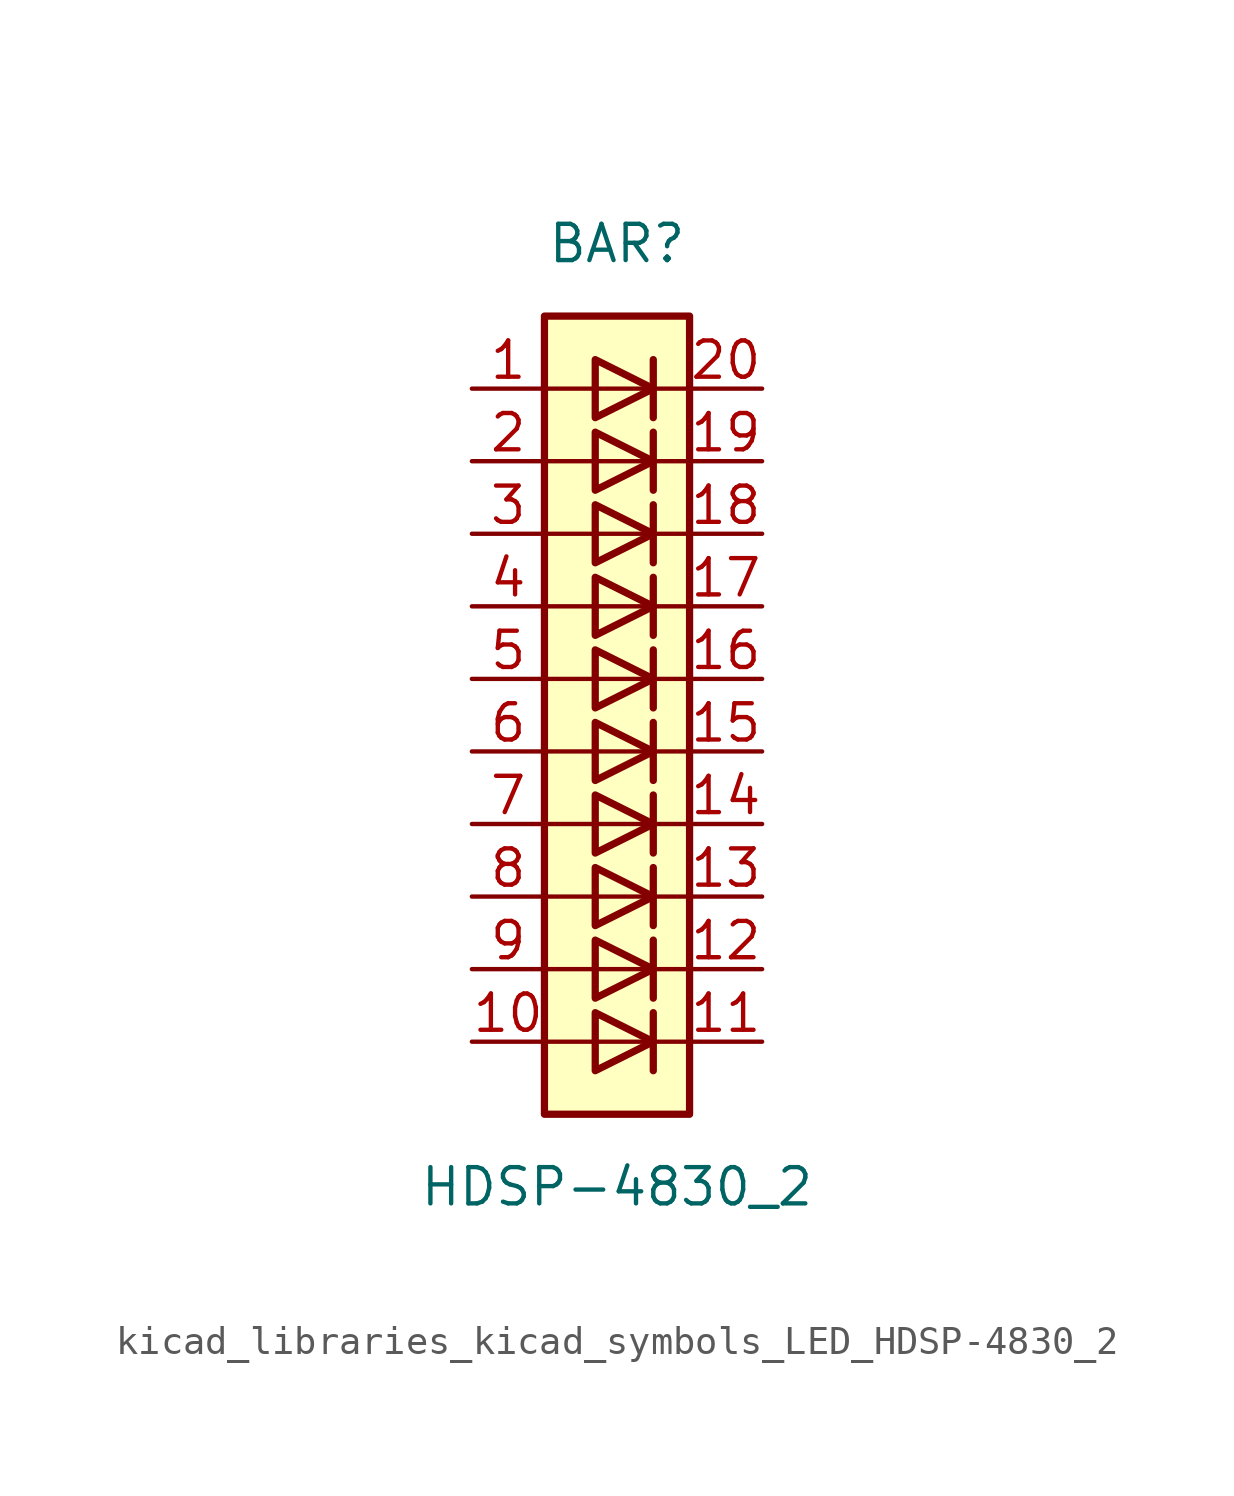
<source format=kicad_sym>
(kicad_symbol_lib
  (version 20220914)
  (generator kicad_symbol_editor)
  (symbol "kicad_libraries_kicad_symbols_LED_HDSP-4830_2"
    (pin_names
      (offset 1.016) hide)
    (property "Reference" "BAR"
      (at 0 15.24 0)
      (effects (font (size 1.27 1.27))))
    (property "Value" "HDSP-4830_2"
      (at 0 -17.78 0)
      (effects (font (size 1.27 1.27))))
    (symbol "kicad_libraries_kicad_symbols_LED_HDSP-4830_2_0_1"
      (rectangle (start -2.54 12.7) (end 2.54 -15.24) (stroke (width 0.254) (type default)) (fill (type background)))
      (polyline (pts (xy -2.54 -12.7) (xy 2.54 -12.7)) (stroke (width 0) (type default)) (fill (type none)))
      (polyline (pts (xy -2.54 -10.16) (xy 2.54 -10.16)) (stroke (width 0) (type default)) (fill (type none)))
      (polyline (pts (xy -2.54 -7.62) (xy 2.54 -7.62)) (stroke (width 0) (type default)) (fill (type none)))
      (polyline (pts (xy -2.54 -5.08) (xy 2.54 -5.08)) (stroke (width 0) (type default)) (fill (type none)))
      (polyline (pts (xy -2.54 0) (xy 2.54 0)) (stroke (width 0) (type default)) (fill (type none)))
      (polyline (pts (xy -2.54 5.08) (xy 2.54 5.08)) (stroke (width 0) (type default)) (fill (type none)))
      (polyline (pts (xy -2.54 7.62) (xy 2.54 7.62)) (stroke (width 0) (type default)) (fill (type none)))
      (polyline (pts (xy -2.54 10.16) (xy 2.54 10.16)) (stroke (width 0) (type default)) (fill (type none)))
      (polyline (pts (xy 1.27 -11.684) (xy 1.27 -13.716)) (stroke (width 0.254) (type default)) (fill (type none)))
      (polyline (pts (xy 1.27 -9.144) (xy 1.27 -11.176)) (stroke (width 0.254) (type default)) (fill (type none)))
      (polyline (pts (xy 1.27 -6.604) (xy 1.27 -8.636)) (stroke (width 0.254) (type default)) (fill (type none)))
      (polyline (pts (xy 1.27 -4.064) (xy 1.27 -6.096)) (stroke (width 0.254) (type default)) (fill (type none)))
      (polyline (pts (xy 1.27 -1.524) (xy 1.27 -3.556)) (stroke (width 0.254) (type default)) (fill (type none)))
      (polyline (pts (xy 1.27 1.016) (xy 1.27 -1.016)) (stroke (width 0.254) (type default)) (fill (type none)))
      (polyline (pts (xy 1.27 3.556) (xy 1.27 1.524)) (stroke (width 0.254) (type default)) (fill (type none)))
      (polyline (pts (xy 1.27 6.096) (xy 1.27 4.064)) (stroke (width 0.254) (type default)) (fill (type none)))
      (polyline (pts (xy 1.27 8.636) (xy 1.27 6.604)) (stroke (width 0.254) (type default)) (fill (type none)))
      (polyline (pts (xy 1.27 11.176) (xy 1.27 9.144)) (stroke (width 0.254) (type default)) (fill (type none)))
      (polyline (pts (xy 2.54 -2.54) (xy -2.54 -2.54)) (stroke (width 0) (type default)) (fill (type none)))
      (polyline (pts (xy 2.54 2.54) (xy -2.54 2.54)) (stroke (width 0) (type default)) (fill (type none)))
      (polyline (pts (xy -0.762 -11.684) (xy -0.762 -13.716) (xy 1.27 -12.7) (xy -0.762 -11.684)) (stroke (width 0.254) (type default)) (fill (type none)))
      (polyline (pts (xy -0.762 -9.144) (xy -0.762 -11.176) (xy 1.27 -10.16) (xy -0.762 -9.144)) (stroke (width 0.254) (type default)) (fill (type none)))
      (polyline (pts (xy -0.762 -6.604) (xy -0.762 -8.636) (xy 1.27 -7.62) (xy -0.762 -6.604)) (stroke (width 0.254) (type default)) (fill (type none)))
      (polyline (pts (xy -0.762 -4.064) (xy -0.762 -6.096) (xy 1.27 -5.08) (xy -0.762 -4.064)) (stroke (width 0.254) (type default)) (fill (type none)))
      (polyline (pts (xy -0.762 -1.524) (xy -0.762 -3.556) (xy 1.27 -2.54) (xy -0.762 -1.524)) (stroke (width 0.254) (type default)) (fill (type none)))
      (polyline (pts (xy -0.762 1.016) (xy -0.762 -1.016) (xy 1.27 0) (xy -0.762 1.016)) (stroke (width 0.254) (type default)) (fill (type none)))
      (polyline (pts (xy -0.762 3.556) (xy -0.762 1.524) (xy 1.27 2.54) (xy -0.762 3.556)) (stroke (width 0.254) (type default)) (fill (type none)))
      (polyline (pts (xy -0.762 6.096) (xy -0.762 4.064) (xy 1.27 5.08) (xy -0.762 6.096)) (stroke (width 0.254) (type default)) (fill (type none)))
      (polyline (pts (xy -0.762 8.636) (xy -0.762 6.604) (xy 1.27 7.62) (xy -0.762 8.636)) (stroke (width 0.254) (type default)) (fill (type none)))
      (polyline (pts (xy -0.762 11.176) (xy -0.762 9.144) (xy 1.27 10.16) (xy -0.762 11.176)) (stroke (width 0.254) (type default)) (fill (type none))))
    (symbol "kicad_libraries_kicad_symbols_LED_HDSP-4830_2_1_1"
      (pin passive line (at -5.08 10.16 0) (length 2.54) (name "A" (effects (font (size 1.27 1.27)))) (number "1" (effects (font (size 1.27 1.27)))))
      (pin passive line (at -5.08 -12.7 0) (length 2.54) (name "A" (effects (font (size 1.27 1.27)))) (number "10" (effects (font (size 1.27 1.27)))))
      (pin passive line (at 5.08 -12.7 180) (length 2.54) (name "K" (effects (font (size 1.27 1.27)))) (number "11" (effects (font (size 1.27 1.27)))))
      (pin passive line (at 5.08 -10.16 180) (length 2.54) (name "K" (effects (font (size 1.27 1.27)))) (number "12" (effects (font (size 1.27 1.27)))))
      (pin passive line (at 5.08 -7.62 180) (length 2.54) (name "K" (effects (font (size 1.27 1.27)))) (number "13" (effects (font (size 1.27 1.27)))))
      (pin passive line (at 5.08 -5.08 180) (length 2.54) (name "K" (effects (font (size 1.27 1.27)))) (number "14" (effects (font (size 1.27 1.27)))))
      (pin passive line (at 5.08 -2.54 180) (length 2.54) (name "K" (effects (font (size 1.27 1.27)))) (number "15" (effects (font (size 1.27 1.27)))))
      (pin passive line (at 5.08 0 180) (length 2.54) (name "K" (effects (font (size 1.27 1.27)))) (number "16" (effects (font (size 1.27 1.27)))))
      (pin passive line (at 5.08 2.54 180) (length 2.54) (name "K" (effects (font (size 1.27 1.27)))) (number "17" (effects (font (size 1.27 1.27)))))
      (pin passive line (at 5.08 5.08 180) (length 2.54) (name "K" (effects (font (size 1.27 1.27)))) (number "18" (effects (font (size 1.27 1.27)))))
      (pin passive line (at 5.08 7.62 180) (length 2.54) (name "K" (effects (font (size 1.27 1.27)))) (number "19" (effects (font (size 1.27 1.27)))))
      (pin passive line (at -5.08 7.62 0) (length 2.54) (name "A" (effects (font (size 1.27 1.27)))) (number "2" (effects (font (size 1.27 1.27)))))
      (pin passive line (at 5.08 10.16 180) (length 2.54) (name "K" (effects (font (size 1.27 1.27)))) (number "20" (effects (font (size 1.27 1.27)))))
      (pin passive line (at -5.08 5.08 0) (length 2.54) (name "A" (effects (font (size 1.27 1.27)))) (number "3" (effects (font (size 1.27 1.27)))))
      (pin passive line (at -5.08 2.54 0) (length 2.54) (name "A" (effects (font (size 1.27 1.27)))) (number "4" (effects (font (size 1.27 1.27)))))
      (pin passive line (at -5.08 0 0) (length 2.54) (name "A" (effects (font (size 1.27 1.27)))) (number "5" (effects (font (size 1.27 1.27)))))
      (pin passive line (at -5.08 -2.54 0) (length 2.54) (name "A" (effects (font (size 1.27 1.27)))) (number "6" (effects (font (size 1.27 1.27)))))
      (pin passive line (at -5.08 -5.08 0) (length 2.54) (name "A" (effects (font (size 1.27 1.27)))) (number "7" (effects (font (size 1.27 1.27)))))
      (pin passive line (at -5.08 -7.62 0) (length 2.54) (name "A" (effects (font (size 1.27 1.27)))) (number "8" (effects (font (size 1.27 1.27)))))
      (pin passive line (at -5.08 -10.16 0) (length 2.54) (name "A" (effects (font (size 1.27 1.27)))) (number "9" (effects (font (size 1.27 1.27))))))))
</source>
